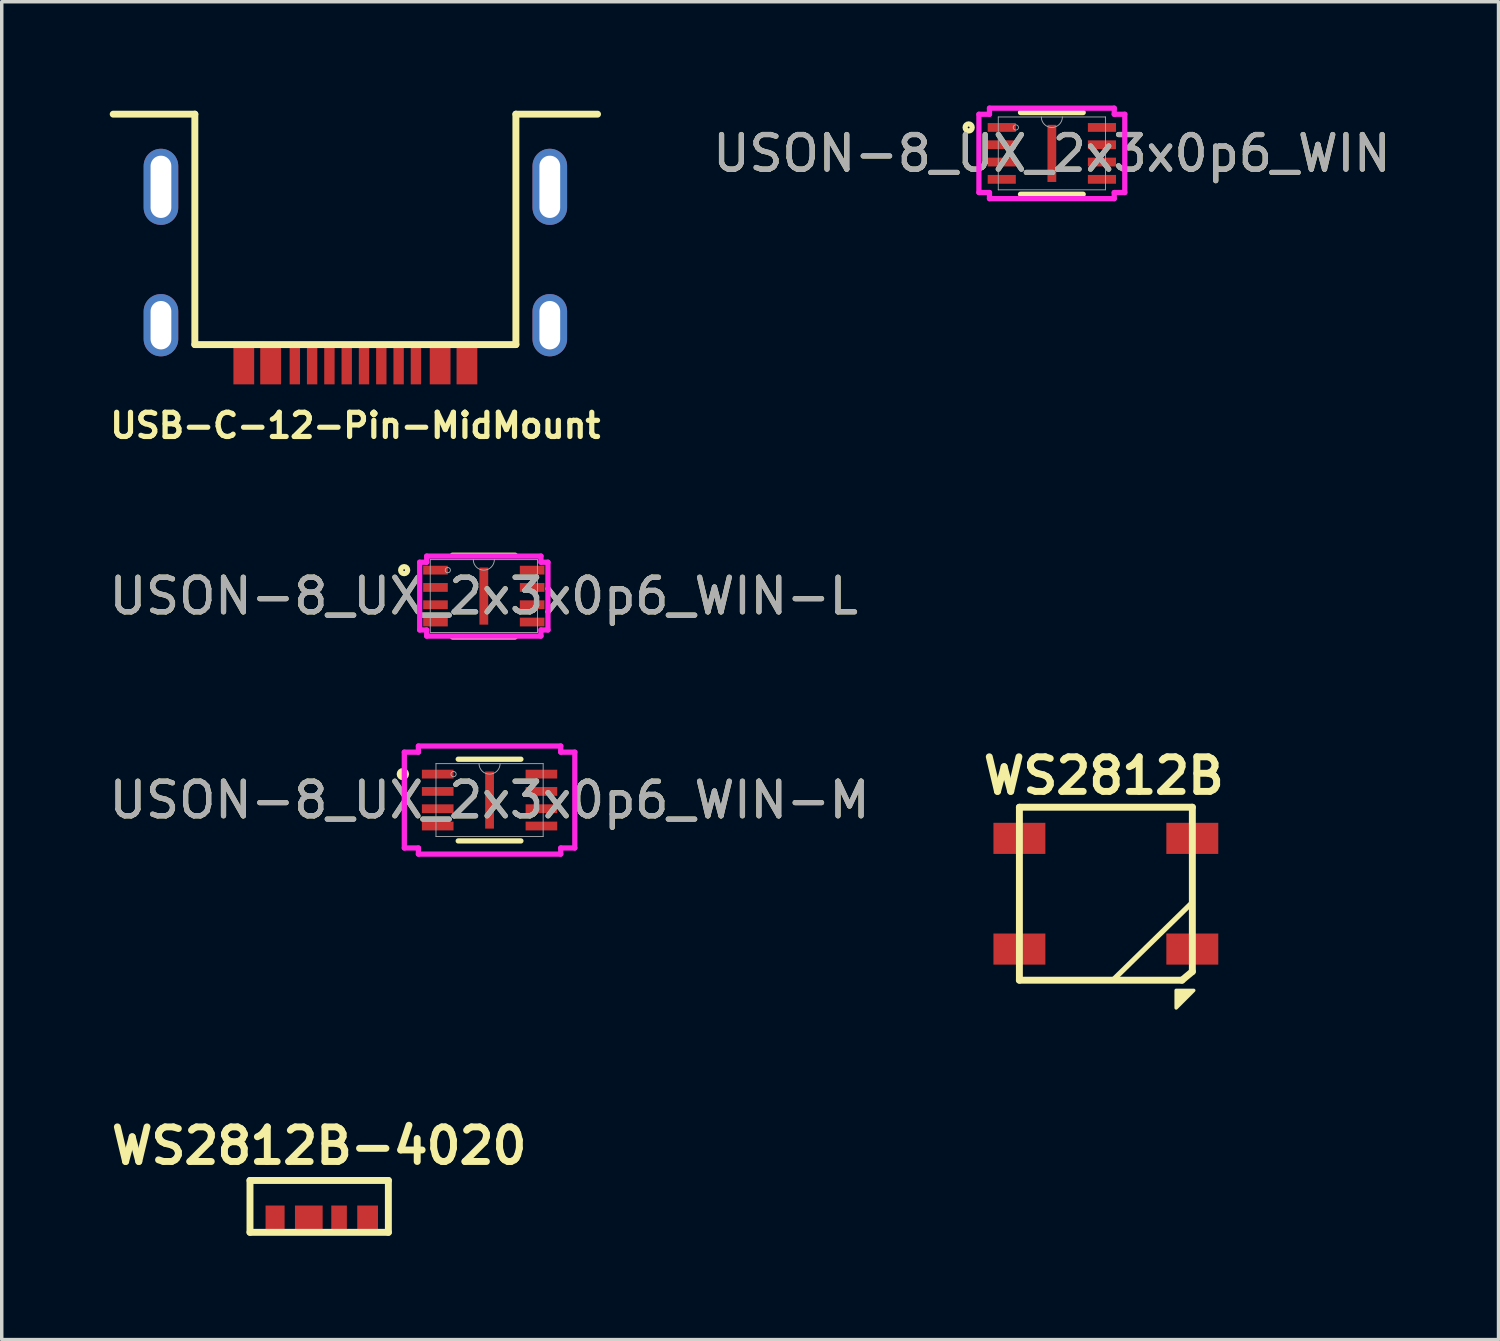
<source format=kicad_pcb>
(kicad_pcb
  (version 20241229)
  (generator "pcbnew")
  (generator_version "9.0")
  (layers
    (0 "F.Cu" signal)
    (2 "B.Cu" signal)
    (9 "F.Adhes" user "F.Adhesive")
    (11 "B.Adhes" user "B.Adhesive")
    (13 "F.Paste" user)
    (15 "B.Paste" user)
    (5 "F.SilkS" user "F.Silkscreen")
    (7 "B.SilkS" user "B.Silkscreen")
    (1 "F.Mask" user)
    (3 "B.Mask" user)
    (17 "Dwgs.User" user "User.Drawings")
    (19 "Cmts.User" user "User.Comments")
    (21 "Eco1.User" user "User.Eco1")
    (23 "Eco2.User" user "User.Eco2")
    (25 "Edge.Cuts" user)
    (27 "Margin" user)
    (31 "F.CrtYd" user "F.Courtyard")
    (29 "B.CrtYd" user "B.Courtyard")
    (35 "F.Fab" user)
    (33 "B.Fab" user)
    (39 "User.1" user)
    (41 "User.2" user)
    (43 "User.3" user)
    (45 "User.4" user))
  (footprint "WS2812B"
    (layer "F.Cu")
    (at 28.915 22.783)
    (property "Reference" "WS2812B" (at -0.06 -3.41 0) (layer "F.SilkS") (effects (font (size 1 1) (thickness 0.2))))
    (attr smd)
    (fp_line (start -2.5 -2.5) (end 2.5 -2.5) (stroke (width 0.2) (type solid)) (layer "F.SilkS"))
    (fp_line (start -2.499 2.499) (end -2.499 -2.499) (stroke (width 0.2) (type solid)) (layer "F.SilkS"))
    (fp_line (start 0.2 2.5) (end 2.5 0.25) (stroke (width 0.15) (type solid)) (layer "F.SilkS"))
    (fp_line (start 2.2 2.5) (end -2.5 2.5) (stroke (width 0.2) (type solid)) (layer "F.SilkS"))
    (fp_line (start 2.2 2.5) (end 2.5 2.25) (stroke (width 0.2) (type solid)) (layer "F.SilkS"))
    (fp_line (start 2.5 2.25) (end 2.5 -2.5) (stroke (width 0.2) (type solid)) (layer "F.SilkS"))
    (fp_poly (pts (xy 2.032 3.302) (xy 2.032 2.794) (xy 2.54 2.794)) (stroke (width 0.1) (type solid)) (fill yes) (layer "F.SilkS"))
    (pad "1" smd rect (at -2.499 -1.6 90) (size 0.899 1.501) (layers "F.Cu" "F.Mask" "F.Paste"))
    (pad "2" smd rect (at -2.499 1.6 90) (size 0.899 1.501) (layers "F.Cu" "F.Mask" "F.Paste"))
    (pad "3" smd rect (at 2.499 1.6 90) (size 0.899 1.501) (layers "F.Cu" "F.Mask" "F.Paste"))
    (pad "4" smd rect (at 2.499 -1.6 90) (size 0.899 1.501) (layers "F.Cu" "F.Mask" "F.Paste")))
  (footprint "USON-8_UX_2x3x0p6_WIN-L"
    (layer "F.Cu")
    (at 10.935 14.18)
    (property "Reference" "USON-8_UX_2x3x0p6_WIN-L" (at 0 0 0) (unlocked yes) (layer "F.SilkS") (effects (font (size 1 1) (thickness 0.15))))
    (attr smd)
    (fp_line (start -0.906 1.181) (end 0.906 1.181) (stroke (width 0.152) (type solid)) (layer "F.SilkS"))
    (fp_line (start 0.906 -1.181) (end -0.906 -1.181) (stroke (width 0.152) (type solid)) (layer "F.SilkS"))
    (fp_circle (center -2.303 -0.75) (end -2.202 -0.75) (stroke (width 0.152) (type solid)) (fill no) (layer "F.SilkS"))
    (fp_line (start -1.854 -0.979) (end -1.651 -0.979) (stroke (width 0.152) (type solid)) (layer "F.CrtYd"))
    (fp_line (start -1.854 0.979) (end -1.854 -0.979) (stroke (width 0.152) (type solid)) (layer "F.CrtYd"))
    (fp_line (start -1.854 0.979) (end -1.651 0.979) (stroke (width 0.152) (type solid)) (layer "F.CrtYd"))
    (fp_line (start -1.651 -1.156) (end 1.651 -1.156) (stroke (width 0.152) (type solid)) (layer "F.CrtYd"))
    (fp_line (start -1.651 -0.979) (end -1.651 -1.156) (stroke (width 0.152) (type solid)) (layer "F.CrtYd"))
    (fp_line (start -1.651 1.156) (end -1.651 0.979) (stroke (width 0.152) (type solid)) (layer "F.CrtYd"))
    (fp_line (start 1.651 -1.156) (end 1.651 -0.979) (stroke (width 0.152) (type solid)) (layer "F.CrtYd"))
    (fp_line (start 1.651 0.979) (end 1.651 1.156) (stroke (width 0.152) (type solid)) (layer "F.CrtYd"))
    (fp_line (start 1.651 1.156) (end -1.651 1.156) (stroke (width 0.152) (type solid)) (layer "F.CrtYd"))
    (fp_line (start 1.854 -0.979) (end 1.651 -0.979) (stroke (width 0.152) (type solid)) (layer "F.CrtYd"))
    (fp_line (start 1.854 -0.979) (end 1.854 0.979) (stroke (width 0.152) (type solid)) (layer "F.CrtYd"))
    (fp_line (start 1.854 0.979) (end 1.651 0.979) (stroke (width 0.152) (type solid)) (layer "F.CrtYd"))
    (fp_line (start -1.549 -1.054) (end -1.549 1.054) (stroke (width 0.025) (type solid)) (layer "F.Fab"))
    (fp_line (start -1.549 1.054) (end 1.549 1.054) (stroke (width 0.025) (type solid)) (layer "F.Fab"))
    (fp_line (start 1.549 -1.054) (end -1.549 -1.054) (stroke (width 0.025) (type solid)) (layer "F.Fab"))
    (fp_line (start 1.549 1.054) (end 1.549 -1.054) (stroke (width 0.025) (type solid)) (layer "F.Fab"))
    (fp_arc (start 0.3048 -1.0541) (mid 0 -0.7493) (end -0.3048 -1.0541) (stroke (width 0.0254) (type solid)) (layer "F.Fab"))
    (fp_circle (center -1.041 -0.75) (end -0.965 -0.75) (stroke (width 0.025) (type solid)) (fill no) (layer "F.Fab"))
    (fp_text user "${REFERENCE}" (at 0 0 0) (unlocked yes) (layer "F.Fab") (effects (font (size 1 1) (thickness 0.15))))
    (pad "1" smd rect (at -1.397 -0.75) (size 0.711 0.254) (layers "F.Cu" "F.Mask" "F.Paste"))
    (pad "2" smd rect (at -1.397 -0.25) (size 0.711 0.254) (layers "F.Cu" "F.Mask" "F.Paste"))
    (pad "3" smd rect (at -1.397 0.25) (size 0.711 0.254) (layers "F.Cu" "F.Mask" "F.Paste"))
    (pad "4" smd rect (at -1.397 0.75) (size 0.711 0.254) (layers "F.Cu" "F.Mask" "F.Paste"))
    (pad "5" smd rect (at 1.397 0.75) (size 0.711 0.254) (layers "F.Cu" "F.Mask" "F.Paste"))
    (pad "6" smd rect (at 1.397 0.25) (size 0.711 0.254) (layers "F.Cu" "F.Mask" "F.Paste"))
    (pad "7" smd rect (at 1.397 -0.25) (size 0.711 0.254) (layers "F.Cu" "F.Mask" "F.Paste"))
    (pad "8" smd rect (at 1.397 -0.75) (size 0.711 0.254) (layers "F.Cu" "F.Mask" "F.Paste"))
    (pad "9" smd rect (at 0 0) (size 0.254 1.651) (layers "F.Cu" "F.Mask" "F.Paste")))
  (footprint "USON-8_UX_2x3x0p6_WIN"
    (layer "F.Cu")
    (at 27.354 1.384)
    (property "Reference" "USON-8_UX_2x3x0p6_WIN" (at 0 0 0) (unlocked yes) (layer "F.SilkS") (effects (font (size 1 1) (thickness 0.15))))
    (attr smd)
    (fp_line (start -0.906 1.181) (end 0.906 1.181) (stroke (width 0.152) (type solid)) (layer "F.SilkS"))
    (fp_line (start 0.906 -1.181) (end -0.906 -1.181) (stroke (width 0.152) (type solid)) (layer "F.SilkS"))
    (fp_circle (center -2.405 -0.75) (end -2.303 -0.75) (stroke (width 0.152) (type solid)) (fill no) (layer "F.SilkS"))
    (fp_line (start -2.108 -1.131) (end -1.803 -1.131) (stroke (width 0.152) (type solid)) (layer "F.CrtYd"))
    (fp_line (start -2.108 1.131) (end -2.108 -1.131) (stroke (width 0.152) (type solid)) (layer "F.CrtYd"))
    (fp_line (start -2.108 1.131) (end -1.803 1.131) (stroke (width 0.152) (type solid)) (layer "F.CrtYd"))
    (fp_line (start -1.803 -1.308) (end 1.803 -1.308) (stroke (width 0.152) (type solid)) (layer "F.CrtYd"))
    (fp_line (start -1.803 -1.131) (end -1.803 -1.308) (stroke (width 0.152) (type solid)) (layer "F.CrtYd"))
    (fp_line (start -1.803 1.308) (end -1.803 1.131) (stroke (width 0.152) (type solid)) (layer "F.CrtYd"))
    (fp_line (start 1.803 -1.308) (end 1.803 -1.131) (stroke (width 0.152) (type solid)) (layer "F.CrtYd"))
    (fp_line (start 1.803 1.131) (end 1.803 1.308) (stroke (width 0.152) (type solid)) (layer "F.CrtYd"))
    (fp_line (start 1.803 1.308) (end -1.803 1.308) (stroke (width 0.152) (type solid)) (layer "F.CrtYd"))
    (fp_line (start 2.108 -1.131) (end 1.803 -1.131) (stroke (width 0.152) (type solid)) (layer "F.CrtYd"))
    (fp_line (start 2.108 -1.131) (end 2.108 1.131) (stroke (width 0.152) (type solid)) (layer "F.CrtYd"))
    (fp_line (start 2.108 1.131) (end 1.803 1.131) (stroke (width 0.152) (type solid)) (layer "F.CrtYd"))
    (fp_line (start -1.549 -1.054) (end -1.549 1.054) (stroke (width 0.025) (type solid)) (layer "F.Fab"))
    (fp_line (start -1.549 1.054) (end 1.549 1.054) (stroke (width 0.025) (type solid)) (layer "F.Fab"))
    (fp_line (start 1.549 -1.054) (end -1.549 -1.054) (stroke (width 0.025) (type solid)) (layer "F.Fab"))
    (fp_line (start 1.549 1.054) (end 1.549 -1.054) (stroke (width 0.025) (type solid)) (layer "F.Fab"))
    (fp_arc (start 0.3048 -1.0541) (mid 0 -0.7493) (end -0.3048 -1.0541) (stroke (width 0.0254) (type solid)) (layer "F.Fab"))
    (fp_circle (center -1.041 -0.75) (end -0.965 -0.75) (stroke (width 0.025) (type solid)) (fill no) (layer "F.Fab"))
    (fp_text user "${REFERENCE}" (at 0 0 0) (unlocked yes) (layer "F.Fab") (effects (font (size 1 1) (thickness 0.15))))
    (pad "1" smd rect (at -1.448 -0.75) (size 0.813 0.254) (layers "F.Cu" "F.Mask" "F.Paste"))
    (pad "2" smd rect (at -1.448 -0.25) (size 0.813 0.254) (layers "F.Cu" "F.Mask" "F.Paste"))
    (pad "3" smd rect (at -1.448 0.25) (size 0.813 0.254) (layers "F.Cu" "F.Mask" "F.Paste"))
    (pad "4" smd rect (at -1.448 0.75) (size 0.813 0.254) (layers "F.Cu" "F.Mask" "F.Paste"))
    (pad "5" smd rect (at 1.448 0.75) (size 0.813 0.254) (layers "F.Cu" "F.Mask" "F.Paste"))
    (pad "6" smd rect (at 1.448 0.25) (size 0.813 0.254) (layers "F.Cu" "F.Mask" "F.Paste"))
    (pad "7" smd rect (at 1.448 -0.25) (size 0.813 0.254) (layers "F.Cu" "F.Mask" "F.Paste"))
    (pad "8" smd rect (at 1.448 -0.75) (size 0.813 0.254) (layers "F.Cu" "F.Mask" "F.Paste"))
    (pad "9" smd rect (at 0 0) (size 0.254 1.651) (layers "F.Cu" "F.Mask" "F.Paste")))
  (footprint "USB-C-12-Pin-MidMount"
    (layer "F.Cu")
    (at 7.222 0.25)
    (property "Reference" "USB-C-12-Pin-MidMount" (at 0 9 0) (layer "F.SilkS") (effects (font (size 0.7 0.7) (thickness 0.15))))
    (attr through_hole)
    (fp_line (start -7 0) (end -4.64 0) (stroke (width 0.2) (type solid)) (layer "F.SilkS"))
    (fp_line (start -4.64 6.66) (end -4.64 0) (stroke (width 0.2) (type solid)) (layer "F.SilkS"))
    (fp_line (start -4.64 6.66) (end 4.64 6.66) (stroke (width 0.2) (type solid)) (layer "F.SilkS"))
    (fp_line (start 4.64 6.66) (end 4.64 0) (stroke (width 0.2) (type solid)) (layer "F.SilkS"))
    (fp_line (start 7 0) (end 4.64 0) (stroke (width 0.2) (type solid)) (layer "F.SilkS"))
    (pad "1" smd rect (at 3.225 7.235) (size 0.6 1.15) (layers "F.Cu" "F.Mask" "F.Paste"))
    (pad "2" smd rect (at 2.45 7.235) (size 0.6 1.15) (layers "F.Cu" "F.Mask" "F.Paste"))
    (pad "3" smd rect (at 1.75 7.235) (size 0.3 1.15) (layers "F.Cu" "F.Mask" "F.Paste"))
    (pad "4" smd rect (at 1.25 7.235) (size 0.3 1.15) (layers "F.Cu" "F.Mask" "F.Paste"))
    (pad "5" smd rect (at 0.75 7.235) (size 0.3 1.15) (layers "F.Cu" "F.Mask" "F.Paste"))
    (pad "6" smd rect (at 0.25 7.235) (size 0.3 1.15) (layers "F.Cu" "F.Mask" "F.Paste"))
    (pad "7" smd rect (at -0.25 7.235) (size 0.3 1.15) (layers "F.Cu" "F.Mask" "F.Paste"))
    (pad "8" smd rect (at -0.75 7.235) (size 0.3 1.15) (layers "F.Cu" "F.Mask" "F.Paste"))
    (pad "9" smd rect (at -1.25 7.235) (size 0.3 1.15) (layers "F.Cu" "F.Mask" "F.Paste"))
    (pad "10" smd rect (at -1.75 7.235) (size 0.3 1.15) (layers "F.Cu" "F.Mask" "F.Paste"))
    (pad "11" smd rect (at -2.45 7.235) (size 0.6 1.15) (layers "F.Cu" "F.Mask" "F.Paste"))
    (pad "12" smd rect (at -3.225 7.235) (size 0.6 1.15) (layers "F.Cu" "F.Mask" "F.Paste"))
    (pad "13" thru_hole oval (at -5.62 2.1) (size 1 2.2) (drill oval 0.6 1.8) (layers "*.Cu" "*.Mask"))
    (pad "13" thru_hole oval (at -5.62 6.1) (size 1 1.8) (drill oval 0.6 1.4) (layers "*.Cu" "*.Mask"))
    (pad "13" thru_hole oval (at 5.62 2.1) (size 1 2.2) (drill oval 0.6 1.8) (layers "*.Cu" "*.Mask"))
    (pad "13" thru_hole oval (at 5.62 6.1) (size 1 1.8) (drill oval 0.6 1.4) (layers "*.Cu" "*.Mask")))
  (footprint "USON-8_UX_2x3x0p6_WIN-M"
    (layer "F.Cu")
    (at 11.101 20.076)
    (property "Reference" "USON-8_UX_2x3x0p6_WIN-M" (at 0 0 0) (unlocked yes) (layer "F.SilkS") (effects (font (size 1 1) (thickness 0.15))))
    (attr smd)
    (fp_line (start -0.906 1.181) (end 0.906 1.181) (stroke (width 0.152) (type solid)) (layer "F.SilkS"))
    (fp_line (start 0.906 -1.181) (end -0.906 -1.181) (stroke (width 0.152) (type solid)) (layer "F.SilkS"))
    (fp_circle (center -2.507 -0.75) (end -2.405 -0.75) (stroke (width 0.152) (type solid)) (fill no) (layer "F.SilkS"))
    (fp_line (start -2.464 -1.385) (end -2.057 -1.385) (stroke (width 0.152) (type solid)) (layer "F.CrtYd"))
    (fp_line (start -2.464 1.385) (end -2.464 -1.385) (stroke (width 0.152) (type solid)) (layer "F.CrtYd"))
    (fp_line (start -2.464 1.385) (end -2.057 1.385) (stroke (width 0.152) (type solid)) (layer "F.CrtYd"))
    (fp_line (start -2.057 -1.562) (end 2.057 -1.562) (stroke (width 0.152) (type solid)) (layer "F.CrtYd"))
    (fp_line (start -2.057 -1.385) (end -2.057 -1.562) (stroke (width 0.152) (type solid)) (layer "F.CrtYd"))
    (fp_line (start -2.057 1.562) (end -2.057 1.385) (stroke (width 0.152) (type solid)) (layer "F.CrtYd"))
    (fp_line (start 2.057 -1.562) (end 2.057 -1.385) (stroke (width 0.152) (type solid)) (layer "F.CrtYd"))
    (fp_line (start 2.057 1.385) (end 2.057 1.562) (stroke (width 0.152) (type solid)) (layer "F.CrtYd"))
    (fp_line (start 2.057 1.562) (end -2.057 1.562) (stroke (width 0.152) (type solid)) (layer "F.CrtYd"))
    (fp_line (start 2.464 -1.385) (end 2.057 -1.385) (stroke (width 0.152) (type solid)) (layer "F.CrtYd"))
    (fp_line (start 2.464 -1.385) (end 2.464 1.385) (stroke (width 0.152) (type solid)) (layer "F.CrtYd"))
    (fp_line (start 2.464 1.385) (end 2.057 1.385) (stroke (width 0.152) (type solid)) (layer "F.CrtYd"))
    (fp_line (start -1.549 -1.054) (end -1.549 1.054) (stroke (width 0.025) (type solid)) (layer "F.Fab"))
    (fp_line (start -1.549 1.054) (end 1.549 1.054) (stroke (width 0.025) (type solid)) (layer "F.Fab"))
    (fp_line (start 1.549 -1.054) (end -1.549 -1.054) (stroke (width 0.025) (type solid)) (layer "F.Fab"))
    (fp_line (start 1.549 1.054) (end 1.549 -1.054) (stroke (width 0.025) (type solid)) (layer "F.Fab"))
    (fp_arc (start 0.3048 -1.0541) (mid 0 -0.7493) (end -0.3048 -1.0541) (stroke (width 0.0254) (type solid)) (layer "F.Fab"))
    (fp_circle (center -1.041 -0.75) (end -0.965 -0.75) (stroke (width 0.025) (type solid)) (fill no) (layer "F.Fab"))
    (fp_text user "${REFERENCE}" (at 0 0 0) (unlocked yes) (layer "F.Fab") (effects (font (size 1 1) (thickness 0.15))))
    (pad "1" smd rect (at -1.499 -0.75) (size 0.914 0.254) (layers "F.Cu" "F.Mask" "F.Paste"))
    (pad "2" smd rect (at -1.499 -0.25) (size 0.914 0.254) (layers "F.Cu" "F.Mask" "F.Paste"))
    (pad "3" smd rect (at -1.499 0.25) (size 0.914 0.254) (layers "F.Cu" "F.Mask" "F.Paste"))
    (pad "4" smd rect (at -1.499 0.75) (size 0.914 0.254) (layers "F.Cu" "F.Mask" "F.Paste"))
    (pad "5" smd rect (at 1.499 0.75) (size 0.914 0.254) (layers "F.Cu" "F.Mask" "F.Paste"))
    (pad "6" smd rect (at 1.499 0.25) (size 0.914 0.254) (layers "F.Cu" "F.Mask" "F.Paste"))
    (pad "7" smd rect (at 1.499 -0.25) (size 0.914 0.254) (layers "F.Cu" "F.Mask" "F.Paste"))
    (pad "8" smd rect (at 1.499 -0.75) (size 0.914 0.254) (layers "F.Cu" "F.Mask" "F.Paste"))
    (pad "9" smd rect (at 0 0) (size 0.254 1.651) (layers "F.Cu" "F.Mask" "F.Paste")))
  (footprint "WS2812B-4020"
    (layer "F.Cu")
    (at 6.176 31.821)
    (property "Reference" "WS2812B-4020" (at 0 -1.75 0) (layer "F.SilkS") (effects (font (size 1 1) (thickness 0.2))))
    (attr smd)
    (fp_line (start -2 -0.75) (end 2 -0.75) (stroke (width 0.2) (type solid)) (layer "F.SilkS"))
    (fp_line (start -2 0.75) (end -2 -0.75) (stroke (width 0.2) (type solid)) (layer "F.SilkS"))
    (fp_line (start -2 0.75) (end 2 0.75) (stroke (width 0.2) (type solid)) (layer "F.SilkS"))
    (fp_line (start 2 0.75) (end 2 -0.75) (stroke (width 0.2) (type solid)) (layer "F.SilkS"))
    (pad "1" smd rect (at -1.275 0.375) (size 0.55 0.8) (layers "F.Cu" "F.Mask" "F.Paste"))
    (pad "2" smd rect (at -0.3 0.375) (size 0.8 0.8) (layers "F.Cu" "F.Mask" "F.Paste"))
    (pad "3" smd rect (at 0.575 0.375) (size 0.45 0.8) (layers "F.Cu" "F.Mask" "F.Paste"))
    (pad "4" smd rect (at 1.4 0.375) (size 0.6 0.8) (layers "F.Cu" "F.Mask" "F.Paste")))
  (gr_rect
    (start -3 -3)
    (end 40.265 35.671)
    (stroke (width 0.1) (type default))
    (fill no)
    (layer "Edge.Cuts")))
</source>
